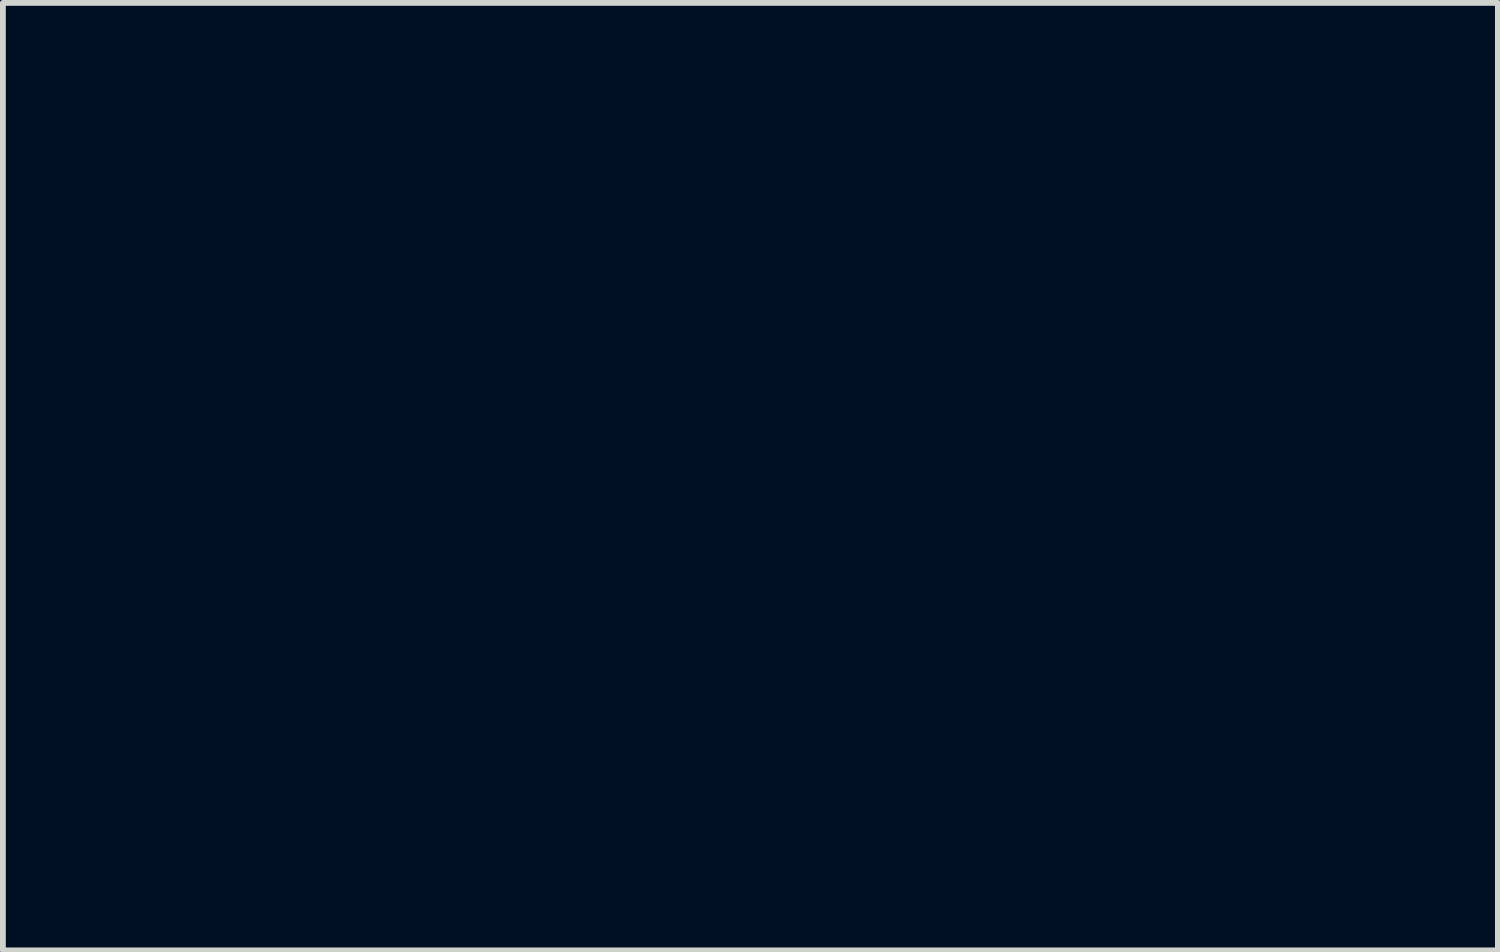
<source format=kicad_pcb>
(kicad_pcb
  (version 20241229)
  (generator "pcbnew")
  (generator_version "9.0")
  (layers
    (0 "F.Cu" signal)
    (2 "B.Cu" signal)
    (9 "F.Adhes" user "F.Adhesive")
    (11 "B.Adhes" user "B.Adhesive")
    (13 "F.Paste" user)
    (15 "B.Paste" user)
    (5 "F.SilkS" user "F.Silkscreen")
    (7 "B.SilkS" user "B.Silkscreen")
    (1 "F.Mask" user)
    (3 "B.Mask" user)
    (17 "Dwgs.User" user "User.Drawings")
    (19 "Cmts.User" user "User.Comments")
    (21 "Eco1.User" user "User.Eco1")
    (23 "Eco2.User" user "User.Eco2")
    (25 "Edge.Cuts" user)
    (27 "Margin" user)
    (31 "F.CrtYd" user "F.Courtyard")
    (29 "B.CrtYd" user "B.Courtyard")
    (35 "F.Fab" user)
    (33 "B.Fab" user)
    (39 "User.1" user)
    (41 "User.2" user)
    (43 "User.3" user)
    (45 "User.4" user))
  (footprint "Label"
    (layer "F.Cu")
    (at 1.06 1.864)
    (property "Reference" "Label" (at 1.524 -1.016 0) (layer "User.1") (effects (font (size 1 1) (thickness 0.15)) (justify left)))
    (attr board_only exclude_from_pos_files exclude_from_bom)
    (fp_line (start -1 0) (end 1 0) (stroke (width 0.12) (type solid)) (layer "User.1"))
    (fp_line (start 0 -1) (end 0 1) (stroke (width 0.12) (type solid)) (layer "User.1"))
    (fp_circle (center 0 0) (end 0.707 0) (stroke (width 0.12) (type solid)) (fill no) (layer "User.1"))
    (fp_text user "<LBL> {{<tag>}}" (at 5.08 7.62 0) (layer "User.1") (effects (font (size 1 1) (thickness 0.15)) (justify left))))
  (gr_rect
    (start -3 -3)
    (end 22.771 13.332)
    (stroke (width 0.1) (type default))
    (fill no)
    (layer "Edge.Cuts")))
</source>
